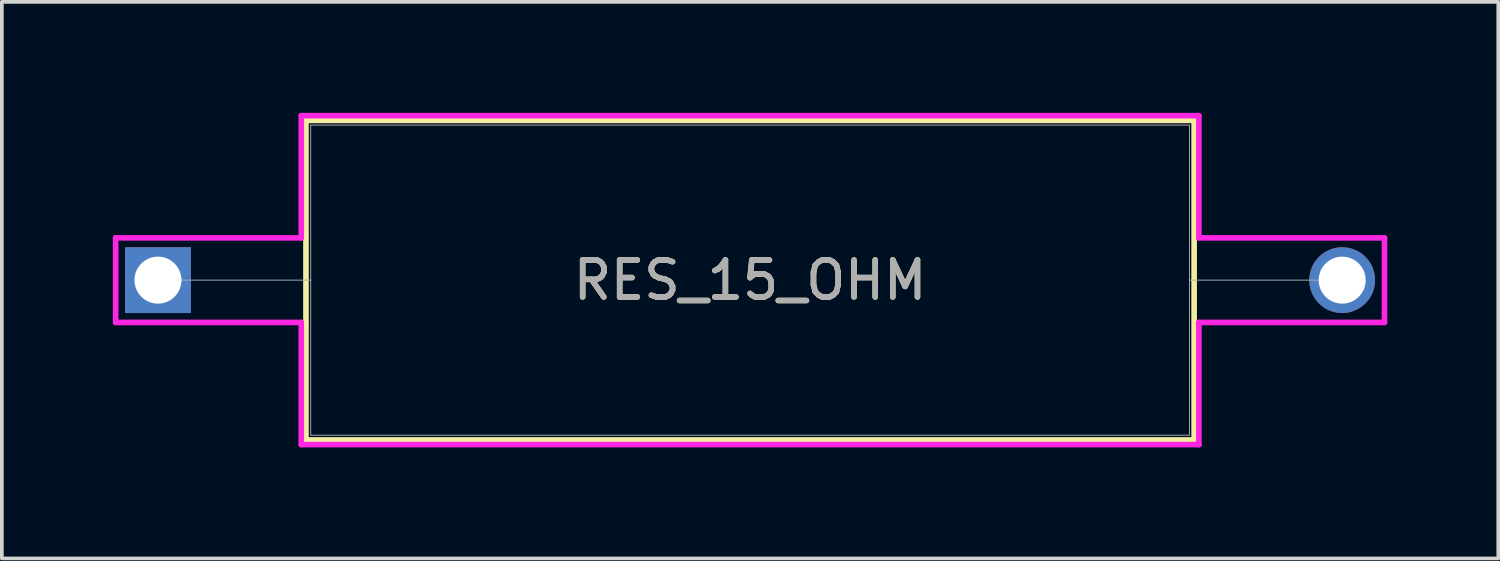
<source format=kicad_pcb>
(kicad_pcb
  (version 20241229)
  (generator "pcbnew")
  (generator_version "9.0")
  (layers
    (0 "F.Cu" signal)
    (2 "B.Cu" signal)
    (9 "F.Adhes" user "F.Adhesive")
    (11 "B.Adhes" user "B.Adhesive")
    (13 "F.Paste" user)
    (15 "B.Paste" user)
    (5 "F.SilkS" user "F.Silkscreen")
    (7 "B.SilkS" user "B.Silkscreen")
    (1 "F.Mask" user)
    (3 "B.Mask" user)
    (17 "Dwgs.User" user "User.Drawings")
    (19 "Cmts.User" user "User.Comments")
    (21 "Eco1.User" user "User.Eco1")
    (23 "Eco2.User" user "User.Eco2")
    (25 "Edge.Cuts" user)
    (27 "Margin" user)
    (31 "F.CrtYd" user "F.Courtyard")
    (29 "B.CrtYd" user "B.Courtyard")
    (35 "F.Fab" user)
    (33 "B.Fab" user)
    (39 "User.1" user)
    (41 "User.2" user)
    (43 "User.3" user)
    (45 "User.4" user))
  (footprint "RES_15_OHM"
    (layer "F.Cu")
    (at 1.219 4.521)
    (property "Reference" "RES_15_OHM" (at 16.002 0 0) (unlocked yes) (layer "F.SilkS") (effects (font (size 1 1) (thickness 0.15))))
    (attr through_hole)
    (fp_line (start 4 -4.318) (end 4 4.318) (stroke (width 0.152) (type solid)) (layer "F.SilkS"))
    (fp_line (start 4 4.318) (end 28.003 4.318) (stroke (width 0.152) (type solid)) (layer "F.SilkS"))
    (fp_line (start 28.003 -4.318) (end 4 -4.318) (stroke (width 0.152) (type solid)) (layer "F.SilkS"))
    (fp_line (start 28.003 4.318) (end 28.003 -4.318) (stroke (width 0.152) (type solid)) (layer "F.SilkS"))
    (fp_line (start -1.143 -1.143) (end 3.873 -1.143) (stroke (width 0.152) (type solid)) (layer "F.CrtYd"))
    (fp_line (start -1.143 1.143) (end -1.143 -1.143) (stroke (width 0.152) (type solid)) (layer "F.CrtYd"))
    (fp_line (start 3.873 -4.445) (end 28.131 -4.445) (stroke (width 0.152) (type solid)) (layer "F.CrtYd"))
    (fp_line (start 3.873 -1.143) (end 3.873 -4.445) (stroke (width 0.152) (type solid)) (layer "F.CrtYd"))
    (fp_line (start 3.873 1.143) (end -1.143 1.143) (stroke (width 0.152) (type solid)) (layer "F.CrtYd"))
    (fp_line (start 3.873 4.445) (end 3.873 1.143) (stroke (width 0.152) (type solid)) (layer "F.CrtYd"))
    (fp_line (start 28.131 -4.445) (end 28.131 -1.143) (stroke (width 0.152) (type solid)) (layer "F.CrtYd"))
    (fp_line (start 28.131 -1.143) (end 33.147 -1.143) (stroke (width 0.152) (type solid)) (layer "F.CrtYd"))
    (fp_line (start 28.131 1.143) (end 28.131 4.445) (stroke (width 0.152) (type solid)) (layer "F.CrtYd"))
    (fp_line (start 28.131 4.445) (end 3.873 4.445) (stroke (width 0.152) (type solid)) (layer "F.CrtYd"))
    (fp_line (start 33.147 -1.143) (end 33.147 1.143) (stroke (width 0.152) (type solid)) (layer "F.CrtYd"))
    (fp_line (start 33.147 1.143) (end 28.131 1.143) (stroke (width 0.152) (type solid)) (layer "F.CrtYd"))
    (fp_line (start 0 0) (end 4.128 0) (stroke (width 0.025) (type solid)) (layer "F.Fab"))
    (fp_line (start 4.128 -4.191) (end 4.128 4.191) (stroke (width 0.025) (type solid)) (layer "F.Fab"))
    (fp_line (start 4.128 4.191) (end 27.877 4.191) (stroke (width 0.025) (type solid)) (layer "F.Fab"))
    (fp_line (start 27.877 -4.191) (end 4.128 -4.191) (stroke (width 0.025) (type solid)) (layer "F.Fab"))
    (fp_line (start 27.877 4.191) (end 27.877 -4.191) (stroke (width 0.025) (type solid)) (layer "F.Fab"))
    (fp_line (start 32.004 0) (end 27.877 0) (stroke (width 0.025) (type solid)) (layer "F.Fab"))
    (fp_text user "${REFERENCE}" (at 16.002 0 0) (unlocked yes) (layer "F.Fab") (effects (font (size 1 1) (thickness 0.15))))
    (pad "1" thru_hole rect (at 0 0) (size 1.778 1.778) (drill 1.27) (layers "*.Cu" "*.Mask"))
    (pad "2" thru_hole circle (at 32.004 0) (size 1.778 1.778) (drill 1.27) (layers "*.Cu" "*.Mask")))
  (gr_rect
    (start -3 -3)
    (end 37.442 12.042)
    (stroke (width 0.1) (type default))
    (fill no)
    (layer "Edge.Cuts")))
</source>
